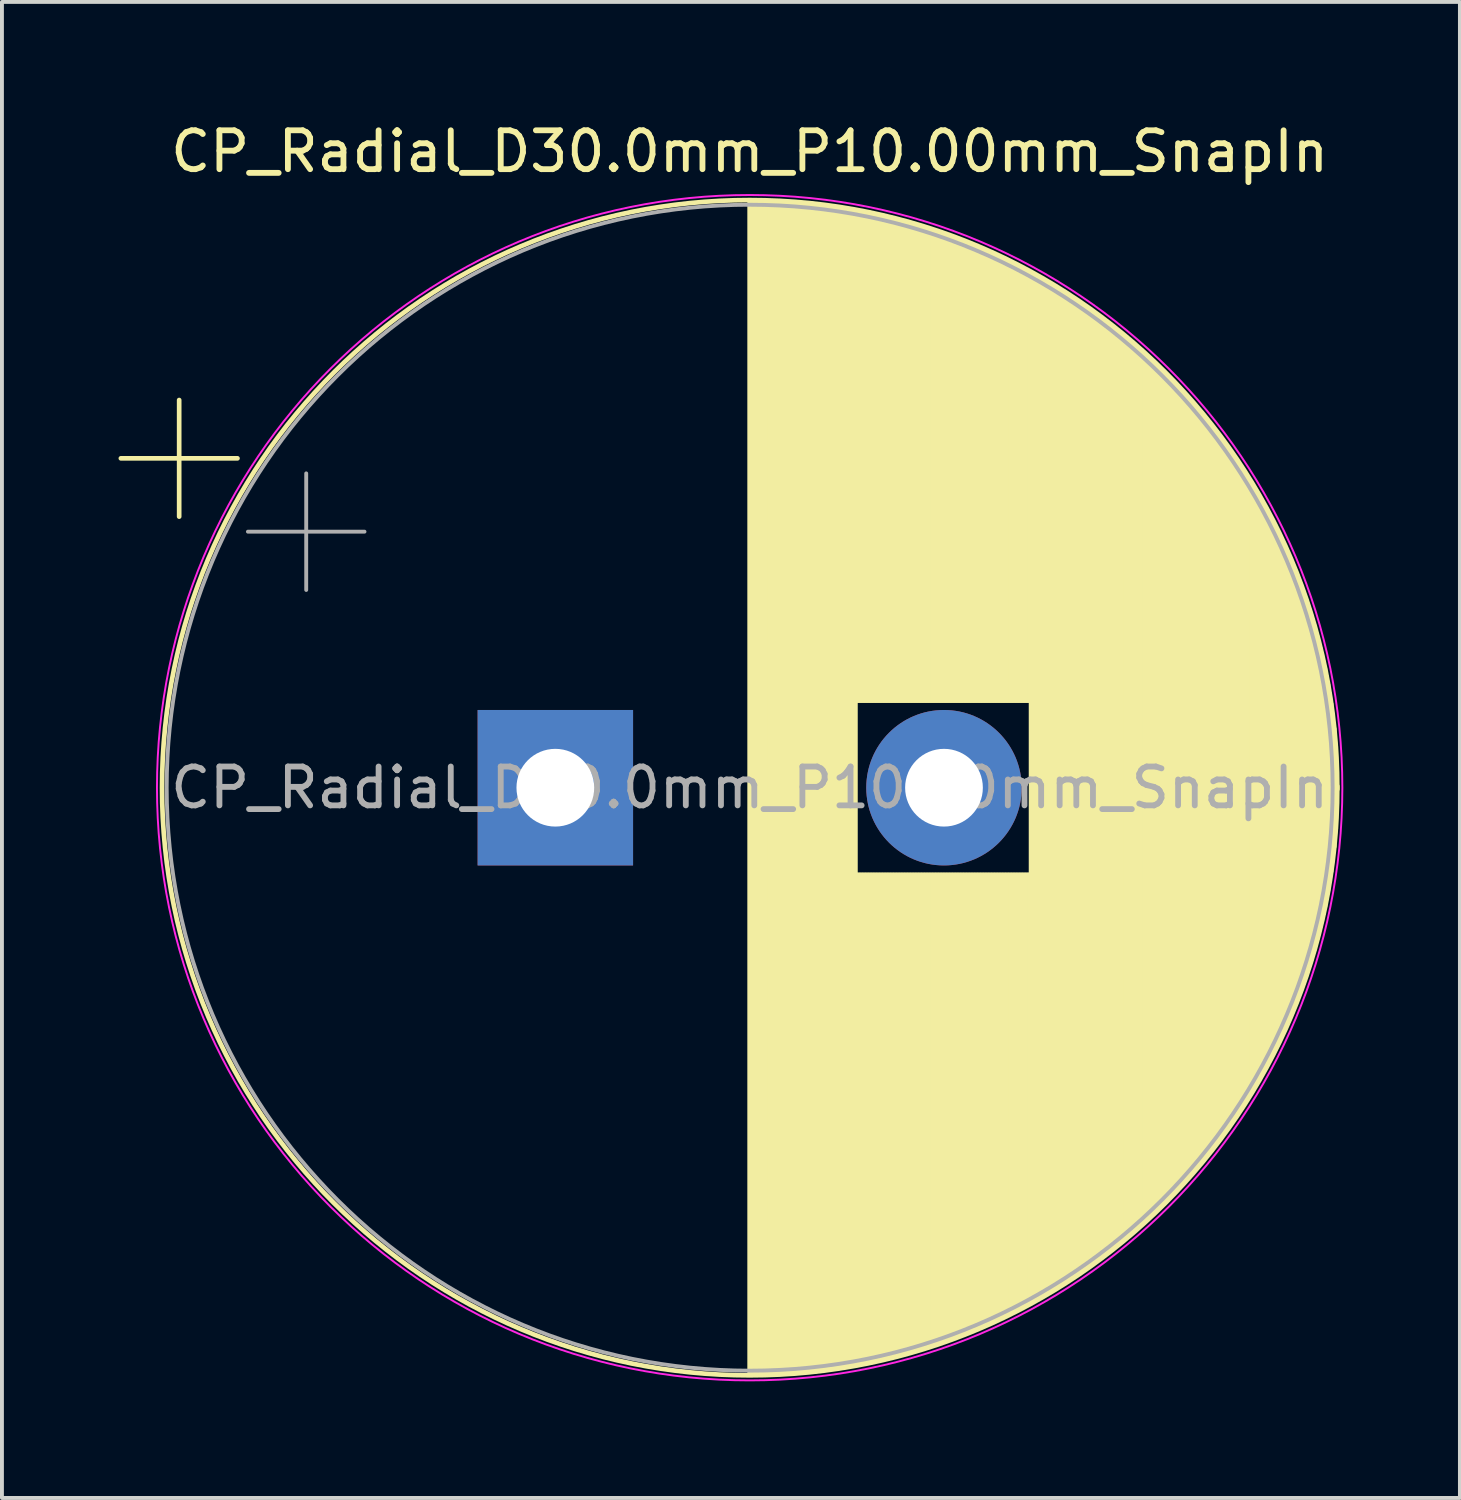
<source format=kicad_pcb>
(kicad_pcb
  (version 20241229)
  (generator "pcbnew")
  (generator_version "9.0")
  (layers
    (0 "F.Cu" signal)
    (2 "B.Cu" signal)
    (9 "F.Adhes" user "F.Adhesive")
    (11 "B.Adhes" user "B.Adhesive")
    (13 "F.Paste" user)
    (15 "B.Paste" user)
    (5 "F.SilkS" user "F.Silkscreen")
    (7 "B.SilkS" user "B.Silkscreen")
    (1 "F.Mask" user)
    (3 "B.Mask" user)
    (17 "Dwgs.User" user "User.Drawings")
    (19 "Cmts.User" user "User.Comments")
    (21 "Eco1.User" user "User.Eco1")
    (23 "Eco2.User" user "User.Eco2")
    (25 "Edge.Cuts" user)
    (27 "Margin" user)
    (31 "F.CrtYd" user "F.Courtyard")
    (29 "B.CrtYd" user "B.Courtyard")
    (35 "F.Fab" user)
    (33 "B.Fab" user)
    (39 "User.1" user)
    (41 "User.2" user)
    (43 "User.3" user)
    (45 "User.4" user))
  (footprint "CP_Radial_D30.0mm_P10.00mm_SnapIn"
    (layer "F.Cu")
    (at 11.239 17.218)
    (property "Reference" "CP_Radial_D30.0mm_P10.00mm_SnapIn" (at 5 -16.37 0) (layer "F.SilkS") (effects (font (size 1 1) (thickness 0.15))))
    (attr through_hole)
    (fp_line (start -11.179 -8.475) (end -8.179 -8.475) (stroke (width 0.12) (type solid)) (layer "F.SilkS"))
    (fp_line (start -9.679 -9.975) (end -9.679 -6.975) (stroke (width 0.12) (type solid)) (layer "F.SilkS"))
    (fp_line (start 5 -15.081) (end 5 15.081) (stroke (width 0.12) (type solid)) (layer "F.SilkS"))
    (fp_line (start 5.04 -15.08) (end 5.04 15.08) (stroke (width 0.12) (type solid)) (layer "F.SilkS"))
    (fp_line (start 5.08 -15.08) (end 5.08 15.08) (stroke (width 0.12) (type solid)) (layer "F.SilkS"))
    (fp_line (start 5.12 -15.08) (end 5.12 15.08) (stroke (width 0.12) (type solid)) (layer "F.SilkS"))
    (fp_line (start 5.16 -15.08) (end 5.16 15.08) (stroke (width 0.12) (type solid)) (layer "F.SilkS"))
    (fp_line (start 5.2 -15.079) (end 5.2 15.079) (stroke (width 0.12) (type solid)) (layer "F.SilkS"))
    (fp_line (start 5.24 -15.079) (end 5.24 15.079) (stroke (width 0.12) (type solid)) (layer "F.SilkS"))
    (fp_line (start 5.28 -15.078) (end 5.28 15.078) (stroke (width 0.12) (type solid)) (layer "F.SilkS"))
    (fp_line (start 5.32 -15.077) (end 5.32 15.077) (stroke (width 0.12) (type solid)) (layer "F.SilkS"))
    (fp_line (start 5.36 -15.076) (end 5.36 15.076) (stroke (width 0.12) (type solid)) (layer "F.SilkS"))
    (fp_line (start 5.4 -15.075) (end 5.4 15.075) (stroke (width 0.12) (type solid)) (layer "F.SilkS"))
    (fp_line (start 5.44 -15.074) (end 5.44 15.074) (stroke (width 0.12) (type solid)) (layer "F.SilkS"))
    (fp_line (start 5.48 -15.073) (end 5.48 15.073) (stroke (width 0.12) (type solid)) (layer "F.SilkS"))
    (fp_line (start 5.52 -15.072) (end 5.52 15.072) (stroke (width 0.12) (type solid)) (layer "F.SilkS"))
    (fp_line (start 5.56 -15.07) (end 5.56 15.07) (stroke (width 0.12) (type solid)) (layer "F.SilkS"))
    (fp_line (start 5.6 -15.069) (end 5.6 15.069) (stroke (width 0.12) (type solid)) (layer "F.SilkS"))
    (fp_line (start 5.64 -15.067) (end 5.64 15.067) (stroke (width 0.12) (type solid)) (layer "F.SilkS"))
    (fp_line (start 5.68 -15.065) (end 5.68 15.065) (stroke (width 0.12) (type solid)) (layer "F.SilkS"))
    (fp_line (start 5.721 -15.063) (end 5.721 15.063) (stroke (width 0.12) (type solid)) (layer "F.SilkS"))
    (fp_line (start 5.761 -15.061) (end 5.761 15.061) (stroke (width 0.12) (type solid)) (layer "F.SilkS"))
    (fp_line (start 5.801 -15.059) (end 5.801 15.059) (stroke (width 0.12) (type solid)) (layer "F.SilkS"))
    (fp_line (start 5.841 -15.057) (end 5.841 15.057) (stroke (width 0.12) (type solid)) (layer "F.SilkS"))
    (fp_line (start 5.881 -15.055) (end 5.881 15.055) (stroke (width 0.12) (type solid)) (layer "F.SilkS"))
    (fp_line (start 5.921 -15.052) (end 5.921 15.052) (stroke (width 0.12) (type solid)) (layer "F.SilkS"))
    (fp_line (start 5.961 -15.05) (end 5.961 15.05) (stroke (width 0.12) (type solid)) (layer "F.SilkS"))
    (fp_line (start 6.001 -15.047) (end 6.001 15.047) (stroke (width 0.12) (type solid)) (layer "F.SilkS"))
    (fp_line (start 6.041 -15.045) (end 6.041 15.045) (stroke (width 0.12) (type solid)) (layer "F.SilkS"))
    (fp_line (start 6.081 -15.042) (end 6.081 15.042) (stroke (width 0.12) (type solid)) (layer "F.SilkS"))
    (fp_line (start 6.121 -15.039) (end 6.121 15.039) (stroke (width 0.12) (type solid)) (layer "F.SilkS"))
    (fp_line (start 6.161 -15.036) (end 6.161 15.036) (stroke (width 0.12) (type solid)) (layer "F.SilkS"))
    (fp_line (start 6.201 -15.033) (end 6.201 15.033) (stroke (width 0.12) (type solid)) (layer "F.SilkS"))
    (fp_line (start 6.241 -15.03) (end 6.241 15.03) (stroke (width 0.12) (type solid)) (layer "F.SilkS"))
    (fp_line (start 6.281 -15.026) (end 6.281 15.026) (stroke (width 0.12) (type solid)) (layer "F.SilkS"))
    (fp_line (start 6.321 -15.023) (end 6.321 15.023) (stroke (width 0.12) (type solid)) (layer "F.SilkS"))
    (fp_line (start 6.361 -15.019) (end 6.361 15.019) (stroke (width 0.12) (type solid)) (layer "F.SilkS"))
    (fp_line (start 6.401 -15.016) (end 6.401 15.016) (stroke (width 0.12) (type solid)) (layer "F.SilkS"))
    (fp_line (start 6.441 -15.012) (end 6.441 15.012) (stroke (width 0.12) (type solid)) (layer "F.SilkS"))
    (fp_line (start 6.481 -15.008) (end 6.481 15.008) (stroke (width 0.12) (type solid)) (layer "F.SilkS"))
    (fp_line (start 6.521 -15.004) (end 6.521 15.004) (stroke (width 0.12) (type solid)) (layer "F.SilkS"))
    (fp_line (start 6.561 -15) (end 6.561 15) (stroke (width 0.12) (type solid)) (layer "F.SilkS"))
    (fp_line (start 6.601 -14.996) (end 6.601 14.996) (stroke (width 0.12) (type solid)) (layer "F.SilkS"))
    (fp_line (start 6.641 -14.991) (end 6.641 14.991) (stroke (width 0.12) (type solid)) (layer "F.SilkS"))
    (fp_line (start 6.681 -14.987) (end 6.681 14.987) (stroke (width 0.12) (type solid)) (layer "F.SilkS"))
    (fp_line (start 6.721 -14.982) (end 6.721 14.982) (stroke (width 0.12) (type solid)) (layer "F.SilkS"))
    (fp_line (start 6.761 -14.978) (end 6.761 14.978) (stroke (width 0.12) (type solid)) (layer "F.SilkS"))
    (fp_line (start 6.801 -14.973) (end 6.801 14.973) (stroke (width 0.12) (type solid)) (layer "F.SilkS"))
    (fp_line (start 6.841 -14.968) (end 6.841 14.968) (stroke (width 0.12) (type solid)) (layer "F.SilkS"))
    (fp_line (start 6.881 -14.963) (end 6.881 14.963) (stroke (width 0.12) (type solid)) (layer "F.SilkS"))
    (fp_line (start 6.921 -14.958) (end 6.921 14.958) (stroke (width 0.12) (type solid)) (layer "F.SilkS"))
    (fp_line (start 6.961 -14.953) (end 6.961 14.953) (stroke (width 0.12) (type solid)) (layer "F.SilkS"))
    (fp_line (start 7.001 -14.948) (end 7.001 14.948) (stroke (width 0.12) (type solid)) (layer "F.SilkS"))
    (fp_line (start 7.041 -14.942) (end 7.041 14.942) (stroke (width 0.12) (type solid)) (layer "F.SilkS"))
    (fp_line (start 7.081 -14.937) (end 7.081 14.937) (stroke (width 0.12) (type solid)) (layer "F.SilkS"))
    (fp_line (start 7.121 -14.931) (end 7.121 14.931) (stroke (width 0.12) (type solid)) (layer "F.SilkS"))
    (fp_line (start 7.161 -14.925) (end 7.161 14.925) (stroke (width 0.12) (type solid)) (layer "F.SilkS"))
    (fp_line (start 7.201 -14.92) (end 7.201 14.92) (stroke (width 0.12) (type solid)) (layer "F.SilkS"))
    (fp_line (start 7.241 -14.914) (end 7.241 14.914) (stroke (width 0.12) (type solid)) (layer "F.SilkS"))
    (fp_line (start 7.281 -14.908) (end 7.281 14.908) (stroke (width 0.12) (type solid)) (layer "F.SilkS"))
    (fp_line (start 7.321 -14.901) (end 7.321 14.901) (stroke (width 0.12) (type solid)) (layer "F.SilkS"))
    (fp_line (start 7.361 -14.895) (end 7.361 14.895) (stroke (width 0.12) (type solid)) (layer "F.SilkS"))
    (fp_line (start 7.401 -14.889) (end 7.401 14.889) (stroke (width 0.12) (type solid)) (layer "F.SilkS"))
    (fp_line (start 7.441 -14.882) (end 7.441 14.882) (stroke (width 0.12) (type solid)) (layer "F.SilkS"))
    (fp_line (start 7.481 -14.876) (end 7.481 14.876) (stroke (width 0.12) (type solid)) (layer "F.SilkS"))
    (fp_line (start 7.521 -14.869) (end 7.521 14.869) (stroke (width 0.12) (type solid)) (layer "F.SilkS"))
    (fp_line (start 7.561 -14.862) (end 7.561 14.862) (stroke (width 0.12) (type solid)) (layer "F.SilkS"))
    (fp_line (start 7.601 -14.855) (end 7.601 14.855) (stroke (width 0.12) (type solid)) (layer "F.SilkS"))
    (fp_line (start 7.641 -14.848) (end 7.641 14.848) (stroke (width 0.12) (type solid)) (layer "F.SilkS"))
    (fp_line (start 7.681 -14.841) (end 7.681 14.841) (stroke (width 0.12) (type solid)) (layer "F.SilkS"))
    (fp_line (start 7.721 -14.834) (end 7.721 14.834) (stroke (width 0.12) (type solid)) (layer "F.SilkS"))
    (fp_line (start 7.761 -14.826) (end 7.761 -2.24) (stroke (width 0.12) (type solid)) (layer "F.SilkS"))
    (fp_line (start 7.761 2.24) (end 7.761 14.826) (stroke (width 0.12) (type solid)) (layer "F.SilkS"))
    (fp_line (start 7.801 -14.819) (end 7.801 -2.24) (stroke (width 0.12) (type solid)) (layer "F.SilkS"))
    (fp_line (start 7.801 2.24) (end 7.801 14.819) (stroke (width 0.12) (type solid)) (layer "F.SilkS"))
    (fp_line (start 7.841 -14.811) (end 7.841 -2.24) (stroke (width 0.12) (type solid)) (layer "F.SilkS"))
    (fp_line (start 7.841 2.24) (end 7.841 14.811) (stroke (width 0.12) (type solid)) (layer "F.SilkS"))
    (fp_line (start 7.881 -14.804) (end 7.881 -2.24) (stroke (width 0.12) (type solid)) (layer "F.SilkS"))
    (fp_line (start 7.881 2.24) (end 7.881 14.804) (stroke (width 0.12) (type solid)) (layer "F.SilkS"))
    (fp_line (start 7.921 -14.796) (end 7.921 -2.24) (stroke (width 0.12) (type solid)) (layer "F.SilkS"))
    (fp_line (start 7.921 2.24) (end 7.921 14.796) (stroke (width 0.12) (type solid)) (layer "F.SilkS"))
    (fp_line (start 7.961 -14.788) (end 7.961 -2.24) (stroke (width 0.12) (type solid)) (layer "F.SilkS"))
    (fp_line (start 7.961 2.24) (end 7.961 14.788) (stroke (width 0.12) (type solid)) (layer "F.SilkS"))
    (fp_line (start 8.001 -14.78) (end 8.001 -2.24) (stroke (width 0.12) (type solid)) (layer "F.SilkS"))
    (fp_line (start 8.001 2.24) (end 8.001 14.78) (stroke (width 0.12) (type solid)) (layer "F.SilkS"))
    (fp_line (start 8.041 -14.772) (end 8.041 -2.24) (stroke (width 0.12) (type solid)) (layer "F.SilkS"))
    (fp_line (start 8.041 2.24) (end 8.041 14.772) (stroke (width 0.12) (type solid)) (layer "F.SilkS"))
    (fp_line (start 8.081 -14.763) (end 8.081 -2.24) (stroke (width 0.12) (type solid)) (layer "F.SilkS"))
    (fp_line (start 8.081 2.24) (end 8.081 14.763) (stroke (width 0.12) (type solid)) (layer "F.SilkS"))
    (fp_line (start 8.121 -14.755) (end 8.121 -2.24) (stroke (width 0.12) (type solid)) (layer "F.SilkS"))
    (fp_line (start 8.121 2.24) (end 8.121 14.755) (stroke (width 0.12) (type solid)) (layer "F.SilkS"))
    (fp_line (start 8.161 -14.747) (end 8.161 -2.24) (stroke (width 0.12) (type solid)) (layer "F.SilkS"))
    (fp_line (start 8.161 2.24) (end 8.161 14.747) (stroke (width 0.12) (type solid)) (layer "F.SilkS"))
    (fp_line (start 8.201 -14.738) (end 8.201 -2.24) (stroke (width 0.12) (type solid)) (layer "F.SilkS"))
    (fp_line (start 8.201 2.24) (end 8.201 14.738) (stroke (width 0.12) (type solid)) (layer "F.SilkS"))
    (fp_line (start 8.241 -14.729) (end 8.241 -2.24) (stroke (width 0.12) (type solid)) (layer "F.SilkS"))
    (fp_line (start 8.241 2.24) (end 8.241 14.729) (stroke (width 0.12) (type solid)) (layer "F.SilkS"))
    (fp_line (start 8.281 -14.72) (end 8.281 -2.24) (stroke (width 0.12) (type solid)) (layer "F.SilkS"))
    (fp_line (start 8.281 2.24) (end 8.281 14.72) (stroke (width 0.12) (type solid)) (layer "F.SilkS"))
    (fp_line (start 8.321 -14.711) (end 8.321 -2.24) (stroke (width 0.12) (type solid)) (layer "F.SilkS"))
    (fp_line (start 8.321 2.24) (end 8.321 14.711) (stroke (width 0.12) (type solid)) (layer "F.SilkS"))
    (fp_line (start 8.361 -14.702) (end 8.361 -2.24) (stroke (width 0.12) (type solid)) (layer "F.SilkS"))
    (fp_line (start 8.361 2.24) (end 8.361 14.702) (stroke (width 0.12) (type solid)) (layer "F.SilkS"))
    (fp_line (start 8.401 -14.693) (end 8.401 -2.24) (stroke (width 0.12) (type solid)) (layer "F.SilkS"))
    (fp_line (start 8.401 2.24) (end 8.401 14.693) (stroke (width 0.12) (type solid)) (layer "F.SilkS"))
    (fp_line (start 8.441 -14.684) (end 8.441 -2.24) (stroke (width 0.12) (type solid)) (layer "F.SilkS"))
    (fp_line (start 8.441 2.24) (end 8.441 14.684) (stroke (width 0.12) (type solid)) (layer "F.SilkS"))
    (fp_line (start 8.481 -14.675) (end 8.481 -2.24) (stroke (width 0.12) (type solid)) (layer "F.SilkS"))
    (fp_line (start 8.481 2.24) (end 8.481 14.675) (stroke (width 0.12) (type solid)) (layer "F.SilkS"))
    (fp_line (start 8.521 -14.665) (end 8.521 -2.24) (stroke (width 0.12) (type solid)) (layer "F.SilkS"))
    (fp_line (start 8.521 2.24) (end 8.521 14.665) (stroke (width 0.12) (type solid)) (layer "F.SilkS"))
    (fp_line (start 8.561 -14.655) (end 8.561 -2.24) (stroke (width 0.12) (type solid)) (layer "F.SilkS"))
    (fp_line (start 8.561 2.24) (end 8.561 14.655) (stroke (width 0.12) (type solid)) (layer "F.SilkS"))
    (fp_line (start 8.601 -14.646) (end 8.601 -2.24) (stroke (width 0.12) (type solid)) (layer "F.SilkS"))
    (fp_line (start 8.601 2.24) (end 8.601 14.646) (stroke (width 0.12) (type solid)) (layer "F.SilkS"))
    (fp_line (start 8.641 -14.636) (end 8.641 -2.24) (stroke (width 0.12) (type solid)) (layer "F.SilkS"))
    (fp_line (start 8.641 2.24) (end 8.641 14.636) (stroke (width 0.12) (type solid)) (layer "F.SilkS"))
    (fp_line (start 8.681 -14.626) (end 8.681 -2.24) (stroke (width 0.12) (type solid)) (layer "F.SilkS"))
    (fp_line (start 8.681 2.24) (end 8.681 14.626) (stroke (width 0.12) (type solid)) (layer "F.SilkS"))
    (fp_line (start 8.721 -14.616) (end 8.721 -2.24) (stroke (width 0.12) (type solid)) (layer "F.SilkS"))
    (fp_line (start 8.721 2.24) (end 8.721 14.616) (stroke (width 0.12) (type solid)) (layer "F.SilkS"))
    (fp_line (start 8.761 -14.606) (end 8.761 -2.24) (stroke (width 0.12) (type solid)) (layer "F.SilkS"))
    (fp_line (start 8.761 2.24) (end 8.761 14.606) (stroke (width 0.12) (type solid)) (layer "F.SilkS"))
    (fp_line (start 8.801 -14.595) (end 8.801 -2.24) (stroke (width 0.12) (type solid)) (layer "F.SilkS"))
    (fp_line (start 8.801 2.24) (end 8.801 14.595) (stroke (width 0.12) (type solid)) (layer "F.SilkS"))
    (fp_line (start 8.841 -14.585) (end 8.841 -2.24) (stroke (width 0.12) (type solid)) (layer "F.SilkS"))
    (fp_line (start 8.841 2.24) (end 8.841 14.585) (stroke (width 0.12) (type solid)) (layer "F.SilkS"))
    (fp_line (start 8.881 -14.574) (end 8.881 -2.24) (stroke (width 0.12) (type solid)) (layer "F.SilkS"))
    (fp_line (start 8.881 2.24) (end 8.881 14.574) (stroke (width 0.12) (type solid)) (layer "F.SilkS"))
    (fp_line (start 8.921 -14.564) (end 8.921 -2.24) (stroke (width 0.12) (type solid)) (layer "F.SilkS"))
    (fp_line (start 8.921 2.24) (end 8.921 14.564) (stroke (width 0.12) (type solid)) (layer "F.SilkS"))
    (fp_line (start 8.961 -14.553) (end 8.961 -2.24) (stroke (width 0.12) (type solid)) (layer "F.SilkS"))
    (fp_line (start 8.961 2.24) (end 8.961 14.553) (stroke (width 0.12) (type solid)) (layer "F.SilkS"))
    (fp_line (start 9.001 -14.542) (end 9.001 -2.24) (stroke (width 0.12) (type solid)) (layer "F.SilkS"))
    (fp_line (start 9.001 2.24) (end 9.001 14.542) (stroke (width 0.12) (type solid)) (layer "F.SilkS"))
    (fp_line (start 9.041 -14.531) (end 9.041 -2.24) (stroke (width 0.12) (type solid)) (layer "F.SilkS"))
    (fp_line (start 9.041 2.24) (end 9.041 14.531) (stroke (width 0.12) (type solid)) (layer "F.SilkS"))
    (fp_line (start 9.081 -14.52) (end 9.081 -2.24) (stroke (width 0.12) (type solid)) (layer "F.SilkS"))
    (fp_line (start 9.081 2.24) (end 9.081 14.52) (stroke (width 0.12) (type solid)) (layer "F.SilkS"))
    (fp_line (start 9.121 -14.508) (end 9.121 -2.24) (stroke (width 0.12) (type solid)) (layer "F.SilkS"))
    (fp_line (start 9.121 2.24) (end 9.121 14.508) (stroke (width 0.12) (type solid)) (layer "F.SilkS"))
    (fp_line (start 9.161 -14.497) (end 9.161 -2.24) (stroke (width 0.12) (type solid)) (layer "F.SilkS"))
    (fp_line (start 9.161 2.24) (end 9.161 14.497) (stroke (width 0.12) (type solid)) (layer "F.SilkS"))
    (fp_line (start 9.201 -14.485) (end 9.201 -2.24) (stroke (width 0.12) (type solid)) (layer "F.SilkS"))
    (fp_line (start 9.201 2.24) (end 9.201 14.485) (stroke (width 0.12) (type solid)) (layer "F.SilkS"))
    (fp_line (start 9.241 -14.474) (end 9.241 -2.24) (stroke (width 0.12) (type solid)) (layer "F.SilkS"))
    (fp_line (start 9.241 2.24) (end 9.241 14.474) (stroke (width 0.12) (type solid)) (layer "F.SilkS"))
    (fp_line (start 9.281 -14.462) (end 9.281 -2.24) (stroke (width 0.12) (type solid)) (layer "F.SilkS"))
    (fp_line (start 9.281 2.24) (end 9.281 14.462) (stroke (width 0.12) (type solid)) (layer "F.SilkS"))
    (fp_line (start 9.321 -14.45) (end 9.321 -2.24) (stroke (width 0.12) (type solid)) (layer "F.SilkS"))
    (fp_line (start 9.321 2.24) (end 9.321 14.45) (stroke (width 0.12) (type solid)) (layer "F.SilkS"))
    (fp_line (start 9.361 -14.438) (end 9.361 -2.24) (stroke (width 0.12) (type solid)) (layer "F.SilkS"))
    (fp_line (start 9.361 2.24) (end 9.361 14.438) (stroke (width 0.12) (type solid)) (layer "F.SilkS"))
    (fp_line (start 9.401 -14.426) (end 9.401 -2.24) (stroke (width 0.12) (type solid)) (layer "F.SilkS"))
    (fp_line (start 9.401 2.24) (end 9.401 14.426) (stroke (width 0.12) (type solid)) (layer "F.SilkS"))
    (fp_line (start 9.441 -14.414) (end 9.441 -2.24) (stroke (width 0.12) (type solid)) (layer "F.SilkS"))
    (fp_line (start 9.441 2.24) (end 9.441 14.414) (stroke (width 0.12) (type solid)) (layer "F.SilkS"))
    (fp_line (start 9.481 -14.402) (end 9.481 -2.24) (stroke (width 0.12) (type solid)) (layer "F.SilkS"))
    (fp_line (start 9.481 2.24) (end 9.481 14.402) (stroke (width 0.12) (type solid)) (layer "F.SilkS"))
    (fp_line (start 9.521 -14.389) (end 9.521 -2.24) (stroke (width 0.12) (type solid)) (layer "F.SilkS"))
    (fp_line (start 9.521 2.24) (end 9.521 14.389) (stroke (width 0.12) (type solid)) (layer "F.SilkS"))
    (fp_line (start 9.561 -14.376) (end 9.561 -2.24) (stroke (width 0.12) (type solid)) (layer "F.SilkS"))
    (fp_line (start 9.561 2.24) (end 9.561 14.376) (stroke (width 0.12) (type solid)) (layer "F.SilkS"))
    (fp_line (start 9.601 -14.364) (end 9.601 -2.24) (stroke (width 0.12) (type solid)) (layer "F.SilkS"))
    (fp_line (start 9.601 2.24) (end 9.601 14.364) (stroke (width 0.12) (type solid)) (layer "F.SilkS"))
    (fp_line (start 9.641 -14.351) (end 9.641 -2.24) (stroke (width 0.12) (type solid)) (layer "F.SilkS"))
    (fp_line (start 9.641 2.24) (end 9.641 14.351) (stroke (width 0.12) (type solid)) (layer "F.SilkS"))
    (fp_line (start 9.681 -14.338) (end 9.681 -2.24) (stroke (width 0.12) (type solid)) (layer "F.SilkS"))
    (fp_line (start 9.681 2.24) (end 9.681 14.338) (stroke (width 0.12) (type solid)) (layer "F.SilkS"))
    (fp_line (start 9.721 -14.325) (end 9.721 -2.24) (stroke (width 0.12) (type solid)) (layer "F.SilkS"))
    (fp_line (start 9.721 2.24) (end 9.721 14.325) (stroke (width 0.12) (type solid)) (layer "F.SilkS"))
    (fp_line (start 9.761 -14.312) (end 9.761 -2.24) (stroke (width 0.12) (type solid)) (layer "F.SilkS"))
    (fp_line (start 9.761 2.24) (end 9.761 14.312) (stroke (width 0.12) (type solid)) (layer "F.SilkS"))
    (fp_line (start 9.801 -14.298) (end 9.801 -2.24) (stroke (width 0.12) (type solid)) (layer "F.SilkS"))
    (fp_line (start 9.801 2.24) (end 9.801 14.298) (stroke (width 0.12) (type solid)) (layer "F.SilkS"))
    (fp_line (start 9.841 -14.285) (end 9.841 -2.24) (stroke (width 0.12) (type solid)) (layer "F.SilkS"))
    (fp_line (start 9.841 2.24) (end 9.841 14.285) (stroke (width 0.12) (type solid)) (layer "F.SilkS"))
    (fp_line (start 9.881 -14.271) (end 9.881 -2.24) (stroke (width 0.12) (type solid)) (layer "F.SilkS"))
    (fp_line (start 9.881 2.24) (end 9.881 14.271) (stroke (width 0.12) (type solid)) (layer "F.SilkS"))
    (fp_line (start 9.921 -14.258) (end 9.921 -2.24) (stroke (width 0.12) (type solid)) (layer "F.SilkS"))
    (fp_line (start 9.921 2.24) (end 9.921 14.258) (stroke (width 0.12) (type solid)) (layer "F.SilkS"))
    (fp_line (start 9.961 -14.244) (end 9.961 -2.24) (stroke (width 0.12) (type solid)) (layer "F.SilkS"))
    (fp_line (start 9.961 2.24) (end 9.961 14.244) (stroke (width 0.12) (type solid)) (layer "F.SilkS"))
    (fp_line (start 10.001 -14.23) (end 10.001 -2.24) (stroke (width 0.12) (type solid)) (layer "F.SilkS"))
    (fp_line (start 10.001 2.24) (end 10.001 14.23) (stroke (width 0.12) (type solid)) (layer "F.SilkS"))
    (fp_line (start 10.041 -14.216) (end 10.041 -2.24) (stroke (width 0.12) (type solid)) (layer "F.SilkS"))
    (fp_line (start 10.041 2.24) (end 10.041 14.216) (stroke (width 0.12) (type solid)) (layer "F.SilkS"))
    (fp_line (start 10.081 -14.202) (end 10.081 -2.24) (stroke (width 0.12) (type solid)) (layer "F.SilkS"))
    (fp_line (start 10.081 2.24) (end 10.081 14.202) (stroke (width 0.12) (type solid)) (layer "F.SilkS"))
    (fp_line (start 10.121 -14.187) (end 10.121 -2.24) (stroke (width 0.12) (type solid)) (layer "F.SilkS"))
    (fp_line (start 10.121 2.24) (end 10.121 14.187) (stroke (width 0.12) (type solid)) (layer "F.SilkS"))
    (fp_line (start 10.161 -14.173) (end 10.161 -2.24) (stroke (width 0.12) (type solid)) (layer "F.SilkS"))
    (fp_line (start 10.161 2.24) (end 10.161 14.173) (stroke (width 0.12) (type solid)) (layer "F.SilkS"))
    (fp_line (start 10.201 -14.158) (end 10.201 -2.24) (stroke (width 0.12) (type solid)) (layer "F.SilkS"))
    (fp_line (start 10.201 2.24) (end 10.201 14.158) (stroke (width 0.12) (type solid)) (layer "F.SilkS"))
    (fp_line (start 10.241 -14.143) (end 10.241 -2.24) (stroke (width 0.12) (type solid)) (layer "F.SilkS"))
    (fp_line (start 10.241 2.24) (end 10.241 14.143) (stroke (width 0.12) (type solid)) (layer "F.SilkS"))
    (fp_line (start 10.281 -14.129) (end 10.281 -2.24) (stroke (width 0.12) (type solid)) (layer "F.SilkS"))
    (fp_line (start 10.281 2.24) (end 10.281 14.129) (stroke (width 0.12) (type solid)) (layer "F.SilkS"))
    (fp_line (start 10.321 -14.114) (end 10.321 -2.24) (stroke (width 0.12) (type solid)) (layer "F.SilkS"))
    (fp_line (start 10.321 2.24) (end 10.321 14.114) (stroke (width 0.12) (type solid)) (layer "F.SilkS"))
    (fp_line (start 10.361 -14.099) (end 10.361 -2.24) (stroke (width 0.12) (type solid)) (layer "F.SilkS"))
    (fp_line (start 10.361 2.24) (end 10.361 14.099) (stroke (width 0.12) (type solid)) (layer "F.SilkS"))
    (fp_line (start 10.401 -14.083) (end 10.401 -2.24) (stroke (width 0.12) (type solid)) (layer "F.SilkS"))
    (fp_line (start 10.401 2.24) (end 10.401 14.083) (stroke (width 0.12) (type solid)) (layer "F.SilkS"))
    (fp_line (start 10.441 -14.068) (end 10.441 -2.24) (stroke (width 0.12) (type solid)) (layer "F.SilkS"))
    (fp_line (start 10.441 2.24) (end 10.441 14.068) (stroke (width 0.12) (type solid)) (layer "F.SilkS"))
    (fp_line (start 10.481 -14.052) (end 10.481 -2.24) (stroke (width 0.12) (type solid)) (layer "F.SilkS"))
    (fp_line (start 10.481 2.24) (end 10.481 14.052) (stroke (width 0.12) (type solid)) (layer "F.SilkS"))
    (fp_line (start 10.521 -14.037) (end 10.521 -2.24) (stroke (width 0.12) (type solid)) (layer "F.SilkS"))
    (fp_line (start 10.521 2.24) (end 10.521 14.037) (stroke (width 0.12) (type solid)) (layer "F.SilkS"))
    (fp_line (start 10.561 -14.021) (end 10.561 -2.24) (stroke (width 0.12) (type solid)) (layer "F.SilkS"))
    (fp_line (start 10.561 2.24) (end 10.561 14.021) (stroke (width 0.12) (type solid)) (layer "F.SilkS"))
    (fp_line (start 10.601 -14.005) (end 10.601 -2.24) (stroke (width 0.12) (type solid)) (layer "F.SilkS"))
    (fp_line (start 10.601 2.24) (end 10.601 14.005) (stroke (width 0.12) (type solid)) (layer "F.SilkS"))
    (fp_line (start 10.641 -13.989) (end 10.641 -2.24) (stroke (width 0.12) (type solid)) (layer "F.SilkS"))
    (fp_line (start 10.641 2.24) (end 10.641 13.989) (stroke (width 0.12) (type solid)) (layer "F.SilkS"))
    (fp_line (start 10.681 -13.973) (end 10.681 -2.24) (stroke (width 0.12) (type solid)) (layer "F.SilkS"))
    (fp_line (start 10.681 2.24) (end 10.681 13.973) (stroke (width 0.12) (type solid)) (layer "F.SilkS"))
    (fp_line (start 10.721 -13.957) (end 10.721 -2.24) (stroke (width 0.12) (type solid)) (layer "F.SilkS"))
    (fp_line (start 10.721 2.24) (end 10.721 13.957) (stroke (width 0.12) (type solid)) (layer "F.SilkS"))
    (fp_line (start 10.761 -13.94) (end 10.761 -2.24) (stroke (width 0.12) (type solid)) (layer "F.SilkS"))
    (fp_line (start 10.761 2.24) (end 10.761 13.94) (stroke (width 0.12) (type solid)) (layer "F.SilkS"))
    (fp_line (start 10.801 -13.924) (end 10.801 -2.24) (stroke (width 0.12) (type solid)) (layer "F.SilkS"))
    (fp_line (start 10.801 2.24) (end 10.801 13.924) (stroke (width 0.12) (type solid)) (layer "F.SilkS"))
    (fp_line (start 10.841 -13.907) (end 10.841 -2.24) (stroke (width 0.12) (type solid)) (layer "F.SilkS"))
    (fp_line (start 10.841 2.24) (end 10.841 13.907) (stroke (width 0.12) (type solid)) (layer "F.SilkS"))
    (fp_line (start 10.881 -13.89) (end 10.881 -2.24) (stroke (width 0.12) (type solid)) (layer "F.SilkS"))
    (fp_line (start 10.881 2.24) (end 10.881 13.89) (stroke (width 0.12) (type solid)) (layer "F.SilkS"))
    (fp_line (start 10.921 -13.873) (end 10.921 -2.24) (stroke (width 0.12) (type solid)) (layer "F.SilkS"))
    (fp_line (start 10.921 2.24) (end 10.921 13.873) (stroke (width 0.12) (type solid)) (layer "F.SilkS"))
    (fp_line (start 10.961 -13.856) (end 10.961 -2.24) (stroke (width 0.12) (type solid)) (layer "F.SilkS"))
    (fp_line (start 10.961 2.24) (end 10.961 13.856) (stroke (width 0.12) (type solid)) (layer "F.SilkS"))
    (fp_line (start 11.001 -13.839) (end 11.001 -2.24) (stroke (width 0.12) (type solid)) (layer "F.SilkS"))
    (fp_line (start 11.001 2.24) (end 11.001 13.839) (stroke (width 0.12) (type solid)) (layer "F.SilkS"))
    (fp_line (start 11.041 -13.822) (end 11.041 -2.24) (stroke (width 0.12) (type solid)) (layer "F.SilkS"))
    (fp_line (start 11.041 2.24) (end 11.041 13.822) (stroke (width 0.12) (type solid)) (layer "F.SilkS"))
    (fp_line (start 11.081 -13.804) (end 11.081 -2.24) (stroke (width 0.12) (type solid)) (layer "F.SilkS"))
    (fp_line (start 11.081 2.24) (end 11.081 13.804) (stroke (width 0.12) (type solid)) (layer "F.SilkS"))
    (fp_line (start 11.121 -13.787) (end 11.121 -2.24) (stroke (width 0.12) (type solid)) (layer "F.SilkS"))
    (fp_line (start 11.121 2.24) (end 11.121 13.787) (stroke (width 0.12) (type solid)) (layer "F.SilkS"))
    (fp_line (start 11.161 -13.769) (end 11.161 -2.24) (stroke (width 0.12) (type solid)) (layer "F.SilkS"))
    (fp_line (start 11.161 2.24) (end 11.161 13.769) (stroke (width 0.12) (type solid)) (layer "F.SilkS"))
    (fp_line (start 11.201 -13.751) (end 11.201 -2.24) (stroke (width 0.12) (type solid)) (layer "F.SilkS"))
    (fp_line (start 11.201 2.24) (end 11.201 13.751) (stroke (width 0.12) (type solid)) (layer "F.SilkS"))
    (fp_line (start 11.241 -13.733) (end 11.241 -2.24) (stroke (width 0.12) (type solid)) (layer "F.SilkS"))
    (fp_line (start 11.241 2.24) (end 11.241 13.733) (stroke (width 0.12) (type solid)) (layer "F.SilkS"))
    (fp_line (start 11.281 -13.715) (end 11.281 -2.24) (stroke (width 0.12) (type solid)) (layer "F.SilkS"))
    (fp_line (start 11.281 2.24) (end 11.281 13.715) (stroke (width 0.12) (type solid)) (layer "F.SilkS"))
    (fp_line (start 11.321 -13.696) (end 11.321 -2.24) (stroke (width 0.12) (type solid)) (layer "F.SilkS"))
    (fp_line (start 11.321 2.24) (end 11.321 13.696) (stroke (width 0.12) (type solid)) (layer "F.SilkS"))
    (fp_line (start 11.361 -13.678) (end 11.361 -2.24) (stroke (width 0.12) (type solid)) (layer "F.SilkS"))
    (fp_line (start 11.361 2.24) (end 11.361 13.678) (stroke (width 0.12) (type solid)) (layer "F.SilkS"))
    (fp_line (start 11.401 -13.659) (end 11.401 -2.24) (stroke (width 0.12) (type solid)) (layer "F.SilkS"))
    (fp_line (start 11.401 2.24) (end 11.401 13.659) (stroke (width 0.12) (type solid)) (layer "F.SilkS"))
    (fp_line (start 11.441 -13.64) (end 11.441 -2.24) (stroke (width 0.12) (type solid)) (layer "F.SilkS"))
    (fp_line (start 11.441 2.24) (end 11.441 13.64) (stroke (width 0.12) (type solid)) (layer "F.SilkS"))
    (fp_line (start 11.481 -13.622) (end 11.481 -2.24) (stroke (width 0.12) (type solid)) (layer "F.SilkS"))
    (fp_line (start 11.481 2.24) (end 11.481 13.622) (stroke (width 0.12) (type solid)) (layer "F.SilkS"))
    (fp_line (start 11.521 -13.602) (end 11.521 -2.24) (stroke (width 0.12) (type solid)) (layer "F.SilkS"))
    (fp_line (start 11.521 2.24) (end 11.521 13.602) (stroke (width 0.12) (type solid)) (layer "F.SilkS"))
    (fp_line (start 11.561 -13.583) (end 11.561 -2.24) (stroke (width 0.12) (type solid)) (layer "F.SilkS"))
    (fp_line (start 11.561 2.24) (end 11.561 13.583) (stroke (width 0.12) (type solid)) (layer "F.SilkS"))
    (fp_line (start 11.601 -13.564) (end 11.601 -2.24) (stroke (width 0.12) (type solid)) (layer "F.SilkS"))
    (fp_line (start 11.601 2.24) (end 11.601 13.564) (stroke (width 0.12) (type solid)) (layer "F.SilkS"))
    (fp_line (start 11.641 -13.544) (end 11.641 -2.24) (stroke (width 0.12) (type solid)) (layer "F.SilkS"))
    (fp_line (start 11.641 2.24) (end 11.641 13.544) (stroke (width 0.12) (type solid)) (layer "F.SilkS"))
    (fp_line (start 11.681 -13.525) (end 11.681 -2.24) (stroke (width 0.12) (type solid)) (layer "F.SilkS"))
    (fp_line (start 11.681 2.24) (end 11.681 13.525) (stroke (width 0.12) (type solid)) (layer "F.SilkS"))
    (fp_line (start 11.721 -13.505) (end 11.721 -2.24) (stroke (width 0.12) (type solid)) (layer "F.SilkS"))
    (fp_line (start 11.721 2.24) (end 11.721 13.505) (stroke (width 0.12) (type solid)) (layer "F.SilkS"))
    (fp_line (start 11.761 -13.485) (end 11.761 -2.24) (stroke (width 0.12) (type solid)) (layer "F.SilkS"))
    (fp_line (start 11.761 2.24) (end 11.761 13.485) (stroke (width 0.12) (type solid)) (layer "F.SilkS"))
    (fp_line (start 11.801 -13.465) (end 11.801 -2.24) (stroke (width 0.12) (type solid)) (layer "F.SilkS"))
    (fp_line (start 11.801 2.24) (end 11.801 13.465) (stroke (width 0.12) (type solid)) (layer "F.SilkS"))
    (fp_line (start 11.841 -13.445) (end 11.841 -2.24) (stroke (width 0.12) (type solid)) (layer "F.SilkS"))
    (fp_line (start 11.841 2.24) (end 11.841 13.445) (stroke (width 0.12) (type solid)) (layer "F.SilkS"))
    (fp_line (start 11.881 -13.425) (end 11.881 -2.24) (stroke (width 0.12) (type solid)) (layer "F.SilkS"))
    (fp_line (start 11.881 2.24) (end 11.881 13.425) (stroke (width 0.12) (type solid)) (layer "F.SilkS"))
    (fp_line (start 11.921 -13.404) (end 11.921 -2.24) (stroke (width 0.12) (type solid)) (layer "F.SilkS"))
    (fp_line (start 11.921 2.24) (end 11.921 13.404) (stroke (width 0.12) (type solid)) (layer "F.SilkS"))
    (fp_line (start 11.961 -13.383) (end 11.961 -2.24) (stroke (width 0.12) (type solid)) (layer "F.SilkS"))
    (fp_line (start 11.961 2.24) (end 11.961 13.383) (stroke (width 0.12) (type solid)) (layer "F.SilkS"))
    (fp_line (start 12.001 -13.363) (end 12.001 -2.24) (stroke (width 0.12) (type solid)) (layer "F.SilkS"))
    (fp_line (start 12.001 2.24) (end 12.001 13.363) (stroke (width 0.12) (type solid)) (layer "F.SilkS"))
    (fp_line (start 12.041 -13.342) (end 12.041 -2.24) (stroke (width 0.12) (type solid)) (layer "F.SilkS"))
    (fp_line (start 12.041 2.24) (end 12.041 13.342) (stroke (width 0.12) (type solid)) (layer "F.SilkS"))
    (fp_line (start 12.081 -13.32) (end 12.081 -2.24) (stroke (width 0.12) (type solid)) (layer "F.SilkS"))
    (fp_line (start 12.081 2.24) (end 12.081 13.32) (stroke (width 0.12) (type solid)) (layer "F.SilkS"))
    (fp_line (start 12.121 -13.299) (end 12.121 -2.24) (stroke (width 0.12) (type solid)) (layer "F.SilkS"))
    (fp_line (start 12.121 2.24) (end 12.121 13.299) (stroke (width 0.12) (type solid)) (layer "F.SilkS"))
    (fp_line (start 12.161 -13.278) (end 12.161 -2.24) (stroke (width 0.12) (type solid)) (layer "F.SilkS"))
    (fp_line (start 12.161 2.24) (end 12.161 13.278) (stroke (width 0.12) (type solid)) (layer "F.SilkS"))
    (fp_line (start 12.201 -13.256) (end 12.201 -2.24) (stroke (width 0.12) (type solid)) (layer "F.SilkS"))
    (fp_line (start 12.201 2.24) (end 12.201 13.256) (stroke (width 0.12) (type solid)) (layer "F.SilkS"))
    (fp_line (start 12.241 -13.234) (end 12.241 13.234) (stroke (width 0.12) (type solid)) (layer "F.SilkS"))
    (fp_line (start 12.281 -13.213) (end 12.281 13.213) (stroke (width 0.12) (type solid)) (layer "F.SilkS"))
    (fp_line (start 12.321 -13.19) (end 12.321 13.19) (stroke (width 0.12) (type solid)) (layer "F.SilkS"))
    (fp_line (start 12.361 -13.168) (end 12.361 13.168) (stroke (width 0.12) (type solid)) (layer "F.SilkS"))
    (fp_line (start 12.401 -13.146) (end 12.401 13.146) (stroke (width 0.12) (type solid)) (layer "F.SilkS"))
    (fp_line (start 12.441 -13.123) (end 12.441 13.123) (stroke (width 0.12) (type solid)) (layer "F.SilkS"))
    (fp_line (start 12.481 -13.101) (end 12.481 13.101) (stroke (width 0.12) (type solid)) (layer "F.SilkS"))
    (fp_line (start 12.521 -13.078) (end 12.521 13.078) (stroke (width 0.12) (type solid)) (layer "F.SilkS"))
    (fp_line (start 12.561 -13.055) (end 12.561 13.055) (stroke (width 0.12) (type solid)) (layer "F.SilkS"))
    (fp_line (start 12.601 -13.032) (end 12.601 13.032) (stroke (width 0.12) (type solid)) (layer "F.SilkS"))
    (fp_line (start 12.641 -13.008) (end 12.641 13.008) (stroke (width 0.12) (type solid)) (layer "F.SilkS"))
    (fp_line (start 12.681 -12.985) (end 12.681 12.985) (stroke (width 0.12) (type solid)) (layer "F.SilkS"))
    (fp_line (start 12.721 -12.961) (end 12.721 12.961) (stroke (width 0.12) (type solid)) (layer "F.SilkS"))
    (fp_line (start 12.761 -12.937) (end 12.761 12.937) (stroke (width 0.12) (type solid)) (layer "F.SilkS"))
    (fp_line (start 12.801 -12.913) (end 12.801 12.913) (stroke (width 0.12) (type solid)) (layer "F.SilkS"))
    (fp_line (start 12.841 -12.889) (end 12.841 12.889) (stroke (width 0.12) (type solid)) (layer "F.SilkS"))
    (fp_line (start 12.881 -12.865) (end 12.881 12.865) (stroke (width 0.12) (type solid)) (layer "F.SilkS"))
    (fp_line (start 12.921 -12.84) (end 12.921 12.84) (stroke (width 0.12) (type solid)) (layer "F.SilkS"))
    (fp_line (start 12.961 -12.816) (end 12.961 12.816) (stroke (width 0.12) (type solid)) (layer "F.SilkS"))
    (fp_line (start 13.001 -12.791) (end 13.001 12.791) (stroke (width 0.12) (type solid)) (layer "F.SilkS"))
    (fp_line (start 13.041 -12.766) (end 13.041 12.766) (stroke (width 0.12) (type solid)) (layer "F.SilkS"))
    (fp_line (start 13.081 -12.74) (end 13.081 12.74) (stroke (width 0.12) (type solid)) (layer "F.SilkS"))
    (fp_line (start 13.121 -12.715) (end 13.121 12.715) (stroke (width 0.12) (type solid)) (layer "F.SilkS"))
    (fp_line (start 13.161 -12.69) (end 13.161 12.69) (stroke (width 0.12) (type solid)) (layer "F.SilkS"))
    (fp_line (start 13.2 -12.664) (end 13.2 12.664) (stroke (width 0.12) (type solid)) (layer "F.SilkS"))
    (fp_line (start 13.24 -12.638) (end 13.24 12.638) (stroke (width 0.12) (type solid)) (layer "F.SilkS"))
    (fp_line (start 13.28 -12.612) (end 13.28 12.612) (stroke (width 0.12) (type solid)) (layer "F.SilkS"))
    (fp_line (start 13.32 -12.586) (end 13.32 12.586) (stroke (width 0.12) (type solid)) (layer "F.SilkS"))
    (fp_line (start 13.36 -12.559) (end 13.36 12.559) (stroke (width 0.12) (type solid)) (layer "F.SilkS"))
    (fp_line (start 13.4 -12.532) (end 13.4 12.532) (stroke (width 0.12) (type solid)) (layer "F.SilkS"))
    (fp_line (start 13.44 -12.506) (end 13.44 12.506) (stroke (width 0.12) (type solid)) (layer "F.SilkS"))
    (fp_line (start 13.48 -12.479) (end 13.48 12.479) (stroke (width 0.12) (type solid)) (layer "F.SilkS"))
    (fp_line (start 13.52 -12.451) (end 13.52 12.451) (stroke (width 0.12) (type solid)) (layer "F.SilkS"))
    (fp_line (start 13.56 -12.424) (end 13.56 12.424) (stroke (width 0.12) (type solid)) (layer "F.SilkS"))
    (fp_line (start 13.6 -12.397) (end 13.6 12.397) (stroke (width 0.12) (type solid)) (layer "F.SilkS"))
    (fp_line (start 13.64 -12.369) (end 13.64 12.369) (stroke (width 0.12) (type solid)) (layer "F.SilkS"))
    (fp_line (start 13.68 -12.341) (end 13.68 12.341) (stroke (width 0.12) (type solid)) (layer "F.SilkS"))
    (fp_line (start 13.72 -12.313) (end 13.72 12.313) (stroke (width 0.12) (type solid)) (layer "F.SilkS"))
    (fp_line (start 13.76 -12.284) (end 13.76 12.284) (stroke (width 0.12) (type solid)) (layer "F.SilkS"))
    (fp_line (start 13.8 -12.256) (end 13.8 12.256) (stroke (width 0.12) (type solid)) (layer "F.SilkS"))
    (fp_line (start 13.84 -12.227) (end 13.84 12.227) (stroke (width 0.12) (type solid)) (layer "F.SilkS"))
    (fp_line (start 13.88 -12.198) (end 13.88 12.198) (stroke (width 0.12) (type solid)) (layer "F.SilkS"))
    (fp_line (start 13.92 -12.169) (end 13.92 12.169) (stroke (width 0.12) (type solid)) (layer "F.SilkS"))
    (fp_line (start 13.96 -12.14) (end 13.96 12.14) (stroke (width 0.12) (type solid)) (layer "F.SilkS"))
    (fp_line (start 14 -12.11) (end 14 12.11) (stroke (width 0.12) (type solid)) (layer "F.SilkS"))
    (fp_line (start 14.04 -12.08) (end 14.04 12.08) (stroke (width 0.12) (type solid)) (layer "F.SilkS"))
    (fp_line (start 14.08 -12.05) (end 14.08 12.05) (stroke (width 0.12) (type solid)) (layer "F.SilkS"))
    (fp_line (start 14.12 -12.02) (end 14.12 12.02) (stroke (width 0.12) (type solid)) (layer "F.SilkS"))
    (fp_line (start 14.16 -11.99) (end 14.16 11.99) (stroke (width 0.12) (type solid)) (layer "F.SilkS"))
    (fp_line (start 14.2 -11.959) (end 14.2 11.959) (stroke (width 0.12) (type solid)) (layer "F.SilkS"))
    (fp_line (start 14.24 -11.929) (end 14.24 11.929) (stroke (width 0.12) (type solid)) (layer "F.SilkS"))
    (fp_line (start 14.28 -11.898) (end 14.28 11.898) (stroke (width 0.12) (type solid)) (layer "F.SilkS"))
    (fp_line (start 14.32 -11.866) (end 14.32 11.866) (stroke (width 0.12) (type solid)) (layer "F.SilkS"))
    (fp_line (start 14.36 -11.835) (end 14.36 11.835) (stroke (width 0.12) (type solid)) (layer "F.SilkS"))
    (fp_line (start 14.4 -11.803) (end 14.4 11.803) (stroke (width 0.12) (type solid)) (layer "F.SilkS"))
    (fp_line (start 14.44 -11.772) (end 14.44 11.772) (stroke (width 0.12) (type solid)) (layer "F.SilkS"))
    (fp_line (start 14.48 -11.739) (end 14.48 11.739) (stroke (width 0.12) (type solid)) (layer "F.SilkS"))
    (fp_line (start 14.52 -11.707) (end 14.52 11.707) (stroke (width 0.12) (type solid)) (layer "F.SilkS"))
    (fp_line (start 14.56 -11.675) (end 14.56 11.675) (stroke (width 0.12) (type solid)) (layer "F.SilkS"))
    (fp_line (start 14.6 -11.642) (end 14.6 11.642) (stroke (width 0.12) (type solid)) (layer "F.SilkS"))
    (fp_line (start 14.64 -11.609) (end 14.64 11.609) (stroke (width 0.12) (type solid)) (layer "F.SilkS"))
    (fp_line (start 14.68 -11.576) (end 14.68 11.576) (stroke (width 0.12) (type solid)) (layer "F.SilkS"))
    (fp_line (start 14.72 -11.542) (end 14.72 11.542) (stroke (width 0.12) (type solid)) (layer "F.SilkS"))
    (fp_line (start 14.76 -11.509) (end 14.76 11.509) (stroke (width 0.12) (type solid)) (layer "F.SilkS"))
    (fp_line (start 14.8 -11.475) (end 14.8 11.475) (stroke (width 0.12) (type solid)) (layer "F.SilkS"))
    (fp_line (start 14.84 -11.44) (end 14.84 11.44) (stroke (width 0.12) (type solid)) (layer "F.SilkS"))
    (fp_line (start 14.88 -11.406) (end 14.88 11.406) (stroke (width 0.12) (type solid)) (layer "F.SilkS"))
    (fp_line (start 14.92 -11.371) (end 14.92 11.371) (stroke (width 0.12) (type solid)) (layer "F.SilkS"))
    (fp_line (start 14.96 -11.336) (end 14.96 11.336) (stroke (width 0.12) (type solid)) (layer "F.SilkS"))
    (fp_line (start 15 -11.301) (end 15 11.301) (stroke (width 0.12) (type solid)) (layer "F.SilkS"))
    (fp_line (start 15.04 -11.266) (end 15.04 11.266) (stroke (width 0.12) (type solid)) (layer "F.SilkS"))
    (fp_line (start 15.08 -11.23) (end 15.08 11.23) (stroke (width 0.12) (type solid)) (layer "F.SilkS"))
    (fp_line (start 15.12 -11.194) (end 15.12 11.194) (stroke (width 0.12) (type solid)) (layer "F.SilkS"))
    (fp_line (start 15.16 -11.158) (end 15.16 11.158) (stroke (width 0.12) (type solid)) (layer "F.SilkS"))
    (fp_line (start 15.2 -11.122) (end 15.2 11.122) (stroke (width 0.12) (type solid)) (layer "F.SilkS"))
    (fp_line (start 15.24 -11.085) (end 15.24 11.085) (stroke (width 0.12) (type solid)) (layer "F.SilkS"))
    (fp_line (start 15.28 -11.048) (end 15.28 11.048) (stroke (width 0.12) (type solid)) (layer "F.SilkS"))
    (fp_line (start 15.32 -11.011) (end 15.32 11.011) (stroke (width 0.12) (type solid)) (layer "F.SilkS"))
    (fp_line (start 15.36 -10.973) (end 15.36 10.973) (stroke (width 0.12) (type solid)) (layer "F.SilkS"))
    (fp_line (start 15.4 -10.936) (end 15.4 10.936) (stroke (width 0.12) (type solid)) (layer "F.SilkS"))
    (fp_line (start 15.44 -10.898) (end 15.44 10.898) (stroke (width 0.12) (type solid)) (layer "F.SilkS"))
    (fp_line (start 15.48 -10.859) (end 15.48 10.859) (stroke (width 0.12) (type solid)) (layer "F.SilkS"))
    (fp_line (start 15.52 -10.821) (end 15.52 10.821) (stroke (width 0.12) (type solid)) (layer "F.SilkS"))
    (fp_line (start 15.56 -10.782) (end 15.56 10.782) (stroke (width 0.12) (type solid)) (layer "F.SilkS"))
    (fp_line (start 15.6 -10.743) (end 15.6 10.743) (stroke (width 0.12) (type solid)) (layer "F.SilkS"))
    (fp_line (start 15.64 -10.703) (end 15.64 10.703) (stroke (width 0.12) (type solid)) (layer "F.SilkS"))
    (fp_line (start 15.68 -10.663) (end 15.68 10.663) (stroke (width 0.12) (type solid)) (layer "F.SilkS"))
    (fp_line (start 15.72 -10.623) (end 15.72 10.623) (stroke (width 0.12) (type solid)) (layer "F.SilkS"))
    (fp_line (start 15.76 -10.583) (end 15.76 10.583) (stroke (width 0.12) (type solid)) (layer "F.SilkS"))
    (fp_line (start 15.8 -10.542) (end 15.8 10.542) (stroke (width 0.12) (type solid)) (layer "F.SilkS"))
    (fp_line (start 15.84 -10.501) (end 15.84 10.501) (stroke (width 0.12) (type solid)) (layer "F.SilkS"))
    (fp_line (start 15.88 -10.46) (end 15.88 10.46) (stroke (width 0.12) (type solid)) (layer "F.SilkS"))
    (fp_line (start 15.92 -10.418) (end 15.92 10.418) (stroke (width 0.12) (type solid)) (layer "F.SilkS"))
    (fp_line (start 15.96 -10.376) (end 15.96 10.376) (stroke (width 0.12) (type solid)) (layer "F.SilkS"))
    (fp_line (start 16 -10.334) (end 16 10.334) (stroke (width 0.12) (type solid)) (layer "F.SilkS"))
    (fp_line (start 16.04 -10.292) (end 16.04 10.292) (stroke (width 0.12) (type solid)) (layer "F.SilkS"))
    (fp_line (start 16.08 -10.249) (end 16.08 10.249) (stroke (width 0.12) (type solid)) (layer "F.SilkS"))
    (fp_line (start 16.12 -10.205) (end 16.12 10.205) (stroke (width 0.12) (type solid)) (layer "F.SilkS"))
    (fp_line (start 16.16 -10.162) (end 16.16 10.162) (stroke (width 0.12) (type solid)) (layer "F.SilkS"))
    (fp_line (start 16.2 -10.118) (end 16.2 10.118) (stroke (width 0.12) (type solid)) (layer "F.SilkS"))
    (fp_line (start 16.24 -10.074) (end 16.24 10.074) (stroke (width 0.12) (type solid)) (layer "F.SilkS"))
    (fp_line (start 16.28 -10.029) (end 16.28 10.029) (stroke (width 0.12) (type solid)) (layer "F.SilkS"))
    (fp_line (start 16.32 -9.984) (end 16.32 9.984) (stroke (width 0.12) (type solid)) (layer "F.SilkS"))
    (fp_line (start 16.36 -9.939) (end 16.36 9.939) (stroke (width 0.12) (type solid)) (layer "F.SilkS"))
    (fp_line (start 16.4 -9.893) (end 16.4 9.893) (stroke (width 0.12) (type solid)) (layer "F.SilkS"))
    (fp_line (start 16.44 -9.847) (end 16.44 9.847) (stroke (width 0.12) (type solid)) (layer "F.SilkS"))
    (fp_line (start 16.48 -9.8) (end 16.48 9.8) (stroke (width 0.12) (type solid)) (layer "F.SilkS"))
    (fp_line (start 16.52 -9.754) (end 16.52 9.754) (stroke (width 0.12) (type solid)) (layer "F.SilkS"))
    (fp_line (start 16.56 -9.706) (end 16.56 9.706) (stroke (width 0.12) (type solid)) (layer "F.SilkS"))
    (fp_line (start 16.6 -9.659) (end 16.6 9.659) (stroke (width 0.12) (type solid)) (layer "F.SilkS"))
    (fp_line (start 16.64 -9.611) (end 16.64 9.611) (stroke (width 0.12) (type solid)) (layer "F.SilkS"))
    (fp_line (start 16.68 -9.562) (end 16.68 9.562) (stroke (width 0.12) (type solid)) (layer "F.SilkS"))
    (fp_line (start 16.72 -9.513) (end 16.72 9.513) (stroke (width 0.12) (type solid)) (layer "F.SilkS"))
    (fp_line (start 16.76 -9.464) (end 16.76 9.464) (stroke (width 0.12) (type solid)) (layer "F.SilkS"))
    (fp_line (start 16.8 -9.414) (end 16.8 9.414) (stroke (width 0.12) (type solid)) (layer "F.SilkS"))
    (fp_line (start 16.84 -9.364) (end 16.84 9.364) (stroke (width 0.12) (type solid)) (layer "F.SilkS"))
    (fp_line (start 16.88 -9.314) (end 16.88 9.314) (stroke (width 0.12) (type solid)) (layer "F.SilkS"))
    (fp_line (start 16.92 -9.263) (end 16.92 9.263) (stroke (width 0.12) (type solid)) (layer "F.SilkS"))
    (fp_line (start 16.96 -9.211) (end 16.96 9.211) (stroke (width 0.12) (type solid)) (layer "F.SilkS"))
    (fp_line (start 17 -9.159) (end 17 9.159) (stroke (width 0.12) (type solid)) (layer "F.SilkS"))
    (fp_line (start 17.04 -9.107) (end 17.04 9.107) (stroke (width 0.12) (type solid)) (layer "F.SilkS"))
    (fp_line (start 17.08 -9.054) (end 17.08 9.054) (stroke (width 0.12) (type solid)) (layer "F.SilkS"))
    (fp_line (start 17.12 -9) (end 17.12 9) (stroke (width 0.12) (type solid)) (layer "F.SilkS"))
    (fp_line (start 17.16 -8.947) (end 17.16 8.947) (stroke (width 0.12) (type solid)) (layer "F.SilkS"))
    (fp_line (start 17.2 -8.892) (end 17.2 8.892) (stroke (width 0.12) (type solid)) (layer "F.SilkS"))
    (fp_line (start 17.24 -8.837) (end 17.24 8.837) (stroke (width 0.12) (type solid)) (layer "F.SilkS"))
    (fp_line (start 17.28 -8.782) (end 17.28 8.782) (stroke (width 0.12) (type solid)) (layer "F.SilkS"))
    (fp_line (start 17.32 -8.726) (end 17.32 8.726) (stroke (width 0.12) (type solid)) (layer "F.SilkS"))
    (fp_line (start 17.36 -8.669) (end 17.36 8.669) (stroke (width 0.12) (type solid)) (layer "F.SilkS"))
    (fp_line (start 17.4 -8.612) (end 17.4 8.612) (stroke (width 0.12) (type solid)) (layer "F.SilkS"))
    (fp_line (start 17.44 -8.555) (end 17.44 8.555) (stroke (width 0.12) (type solid)) (layer "F.SilkS"))
    (fp_line (start 17.48 -8.497) (end 17.48 8.497) (stroke (width 0.12) (type solid)) (layer "F.SilkS"))
    (fp_line (start 17.52 -8.438) (end 17.52 8.438) (stroke (width 0.12) (type solid)) (layer "F.SilkS"))
    (fp_line (start 17.56 -8.378) (end 17.56 8.378) (stroke (width 0.12) (type solid)) (layer "F.SilkS"))
    (fp_line (start 17.6 -8.318) (end 17.6 8.318) (stroke (width 0.12) (type solid)) (layer "F.SilkS"))
    (fp_line (start 17.64 -8.258) (end 17.64 8.258) (stroke (width 0.12) (type solid)) (layer "F.SilkS"))
    (fp_line (start 17.68 -8.197) (end 17.68 8.197) (stroke (width 0.12) (type solid)) (layer "F.SilkS"))
    (fp_line (start 17.72 -8.135) (end 17.72 8.135) (stroke (width 0.12) (type solid)) (layer "F.SilkS"))
    (fp_line (start 17.76 -8.072) (end 17.76 8.072) (stroke (width 0.12) (type solid)) (layer "F.SilkS"))
    (fp_line (start 17.8 -8.009) (end 17.8 8.009) (stroke (width 0.12) (type solid)) (layer "F.SilkS"))
    (fp_line (start 17.84 -7.945) (end 17.84 7.945) (stroke (width 0.12) (type solid)) (layer "F.SilkS"))
    (fp_line (start 17.88 -7.88) (end 17.88 7.88) (stroke (width 0.12) (type solid)) (layer "F.SilkS"))
    (fp_line (start 17.92 -7.815) (end 17.92 7.815) (stroke (width 0.12) (type solid)) (layer "F.SilkS"))
    (fp_line (start 17.96 -7.748) (end 17.96 7.748) (stroke (width 0.12) (type solid)) (layer "F.SilkS"))
    (fp_line (start 18 -7.682) (end 18 7.682) (stroke (width 0.12) (type solid)) (layer "F.SilkS"))
    (fp_line (start 18.04 -7.614) (end 18.04 7.614) (stroke (width 0.12) (type solid)) (layer "F.SilkS"))
    (fp_line (start 18.08 -7.545) (end 18.08 7.545) (stroke (width 0.12) (type solid)) (layer "F.SilkS"))
    (fp_line (start 18.12 -7.476) (end 18.12 7.476) (stroke (width 0.12) (type solid)) (layer "F.SilkS"))
    (fp_line (start 18.16 -7.406) (end 18.16 7.406) (stroke (width 0.12) (type solid)) (layer "F.SilkS"))
    (fp_line (start 18.2 -7.334) (end 18.2 7.334) (stroke (width 0.12) (type solid)) (layer "F.SilkS"))
    (fp_line (start 18.24 -7.262) (end 18.24 7.262) (stroke (width 0.12) (type solid)) (layer "F.SilkS"))
    (fp_line (start 18.28 -7.189) (end 18.28 7.189) (stroke (width 0.12) (type solid)) (layer "F.SilkS"))
    (fp_line (start 18.32 -7.115) (end 18.32 7.115) (stroke (width 0.12) (type solid)) (layer "F.SilkS"))
    (fp_line (start 18.36 -7.04) (end 18.36 7.04) (stroke (width 0.12) (type solid)) (layer "F.SilkS"))
    (fp_line (start 18.4 -6.964) (end 18.4 6.964) (stroke (width 0.12) (type solid)) (layer "F.SilkS"))
    (fp_line (start 18.44 -6.887) (end 18.44 6.887) (stroke (width 0.12) (type solid)) (layer "F.SilkS"))
    (fp_line (start 18.48 -6.809) (end 18.48 6.809) (stroke (width 0.12) (type solid)) (layer "F.SilkS"))
    (fp_line (start 18.52 -6.73) (end 18.52 6.73) (stroke (width 0.12) (type solid)) (layer "F.SilkS"))
    (fp_line (start 18.56 -6.649) (end 18.56 6.649) (stroke (width 0.12) (type solid)) (layer "F.SilkS"))
    (fp_line (start 18.6 -6.568) (end 18.6 6.568) (stroke (width 0.12) (type solid)) (layer "F.SilkS"))
    (fp_line (start 18.64 -6.485) (end 18.64 6.485) (stroke (width 0.12) (type solid)) (layer "F.SilkS"))
    (fp_line (start 18.68 -6.4) (end 18.68 6.4) (stroke (width 0.12) (type solid)) (layer "F.SilkS"))
    (fp_line (start 18.72 -6.315) (end 18.72 6.315) (stroke (width 0.12) (type solid)) (layer "F.SilkS"))
    (fp_line (start 18.76 -6.228) (end 18.76 6.228) (stroke (width 0.12) (type solid)) (layer "F.SilkS"))
    (fp_line (start 18.8 -6.139) (end 18.8 6.139) (stroke (width 0.12) (type solid)) (layer "F.SilkS"))
    (fp_line (start 18.84 -6.049) (end 18.84 6.049) (stroke (width 0.12) (type solid)) (layer "F.SilkS"))
    (fp_line (start 18.88 -5.957) (end 18.88 5.957) (stroke (width 0.12) (type solid)) (layer "F.SilkS"))
    (fp_line (start 18.92 -5.864) (end 18.92 5.864) (stroke (width 0.12) (type solid)) (layer "F.SilkS"))
    (fp_line (start 18.96 -5.768) (end 18.96 5.768) (stroke (width 0.12) (type solid)) (layer "F.SilkS"))
    (fp_line (start 19 -5.671) (end 19 5.671) (stroke (width 0.12) (type solid)) (layer "F.SilkS"))
    (fp_line (start 19.04 -5.572) (end 19.04 5.572) (stroke (width 0.12) (type solid)) (layer "F.SilkS"))
    (fp_line (start 19.08 -5.471) (end 19.08 5.471) (stroke (width 0.12) (type solid)) (layer "F.SilkS"))
    (fp_line (start 19.12 -5.368) (end 19.12 5.368) (stroke (width 0.12) (type solid)) (layer "F.SilkS"))
    (fp_line (start 19.16 -5.262) (end 19.16 5.262) (stroke (width 0.12) (type solid)) (layer "F.SilkS"))
    (fp_line (start 19.2 -5.154) (end 19.2 5.154) (stroke (width 0.12) (type solid)) (layer "F.SilkS"))
    (fp_line (start 19.24 -5.043) (end 19.24 5.043) (stroke (width 0.12) (type solid)) (layer "F.SilkS"))
    (fp_line (start 19.28 -4.93) (end 19.28 4.93) (stroke (width 0.12) (type solid)) (layer "F.SilkS"))
    (fp_line (start 19.32 -4.814) (end 19.32 4.814) (stroke (width 0.12) (type solid)) (layer "F.SilkS"))
    (fp_line (start 19.36 -4.694) (end 19.36 4.694) (stroke (width 0.12) (type solid)) (layer "F.SilkS"))
    (fp_line (start 19.4 -4.571) (end 19.4 4.571) (stroke (width 0.12) (type solid)) (layer "F.SilkS"))
    (fp_line (start 19.44 -4.444) (end 19.44 4.444) (stroke (width 0.12) (type solid)) (layer "F.SilkS"))
    (fp_line (start 19.48 -4.313) (end 19.48 4.313) (stroke (width 0.12) (type solid)) (layer "F.SilkS"))
    (fp_line (start 19.52 -4.178) (end 19.52 4.178) (stroke (width 0.12) (type solid)) (layer "F.SilkS"))
    (fp_line (start 19.56 -4.037) (end 19.56 4.037) (stroke (width 0.12) (type solid)) (layer "F.SilkS"))
    (fp_line (start 19.6 -3.892) (end 19.6 3.892) (stroke (width 0.12) (type solid)) (layer "F.SilkS"))
    (fp_line (start 19.64 -3.74) (end 19.64 3.74) (stroke (width 0.12) (type solid)) (layer "F.SilkS"))
    (fp_line (start 19.68 -3.582) (end 19.68 3.582) (stroke (width 0.12) (type solid)) (layer "F.SilkS"))
    (fp_line (start 19.72 -3.415) (end 19.72 3.415) (stroke (width 0.12) (type solid)) (layer "F.SilkS"))
    (fp_line (start 19.76 -3.24) (end 19.76 3.24) (stroke (width 0.12) (type solid)) (layer "F.SilkS"))
    (fp_line (start 19.8 -3.055) (end 19.8 3.055) (stroke (width 0.12) (type solid)) (layer "F.SilkS"))
    (fp_line (start 19.84 -2.857) (end 19.84 2.857) (stroke (width 0.12) (type solid)) (layer "F.SilkS"))
    (fp_line (start 19.88 -2.644) (end 19.88 2.644) (stroke (width 0.12) (type solid)) (layer "F.SilkS"))
    (fp_line (start 19.92 -2.412) (end 19.92 2.412) (stroke (width 0.12) (type solid)) (layer "F.SilkS"))
    (fp_line (start 19.96 -2.154) (end 19.96 2.154) (stroke (width 0.12) (type solid)) (layer "F.SilkS"))
    (fp_line (start 20 -1.862) (end 20 1.862) (stroke (width 0.12) (type solid)) (layer "F.SilkS"))
    (fp_line (start 20.04 -1.514) (end 20.04 1.514) (stroke (width 0.12) (type solid)) (layer "F.SilkS"))
    (fp_line (start 20.08 -1.06) (end 20.08 1.06) (stroke (width 0.12) (type solid)) (layer "F.SilkS"))
    (fp_line (start 20.12 -0.04) (end 20.12 0.04) (stroke (width 0.12) (type solid)) (layer "F.SilkS"))
    (fp_circle (center 5 0) (end 20.12 0) (stroke (width 0.12) (type solid)) (fill no) (layer "F.SilkS"))
    (fp_circle (center 5 0) (end 20.25 0) (stroke (width 0.05) (type solid)) (fill no) (layer "F.CrtYd"))
    (fp_line (start -7.91 -6.588) (end -4.91 -6.588) (stroke (width 0.1) (type solid)) (layer "F.Fab"))
    (fp_line (start -6.41 -8.088) (end -6.41 -5.088) (stroke (width 0.1) (type solid)) (layer "F.Fab"))
    (fp_circle (center 5 0) (end 20 0) (stroke (width 0.1) (type solid)) (fill no) (layer "F.Fab"))
    (fp_text user "${REFERENCE}" (at 5 0 0) (layer "F.Fab") (effects (font (size 1 1) (thickness 0.15))))
    (pad "1" thru_hole rect (at 0 0) (size 4 4) (drill 2) (layers "*.Cu" "*.Mask"))
    (pad "2" thru_hole circle (at 10 0) (size 4 4) (drill 2) (layers "*.Cu" "*.Mask")))
  (gr_rect
    (start -3 -3)
    (end 34.514 35.493)
    (stroke (width 0.1) (type default))
    (fill no)
    (layer "Edge.Cuts")))
</source>
